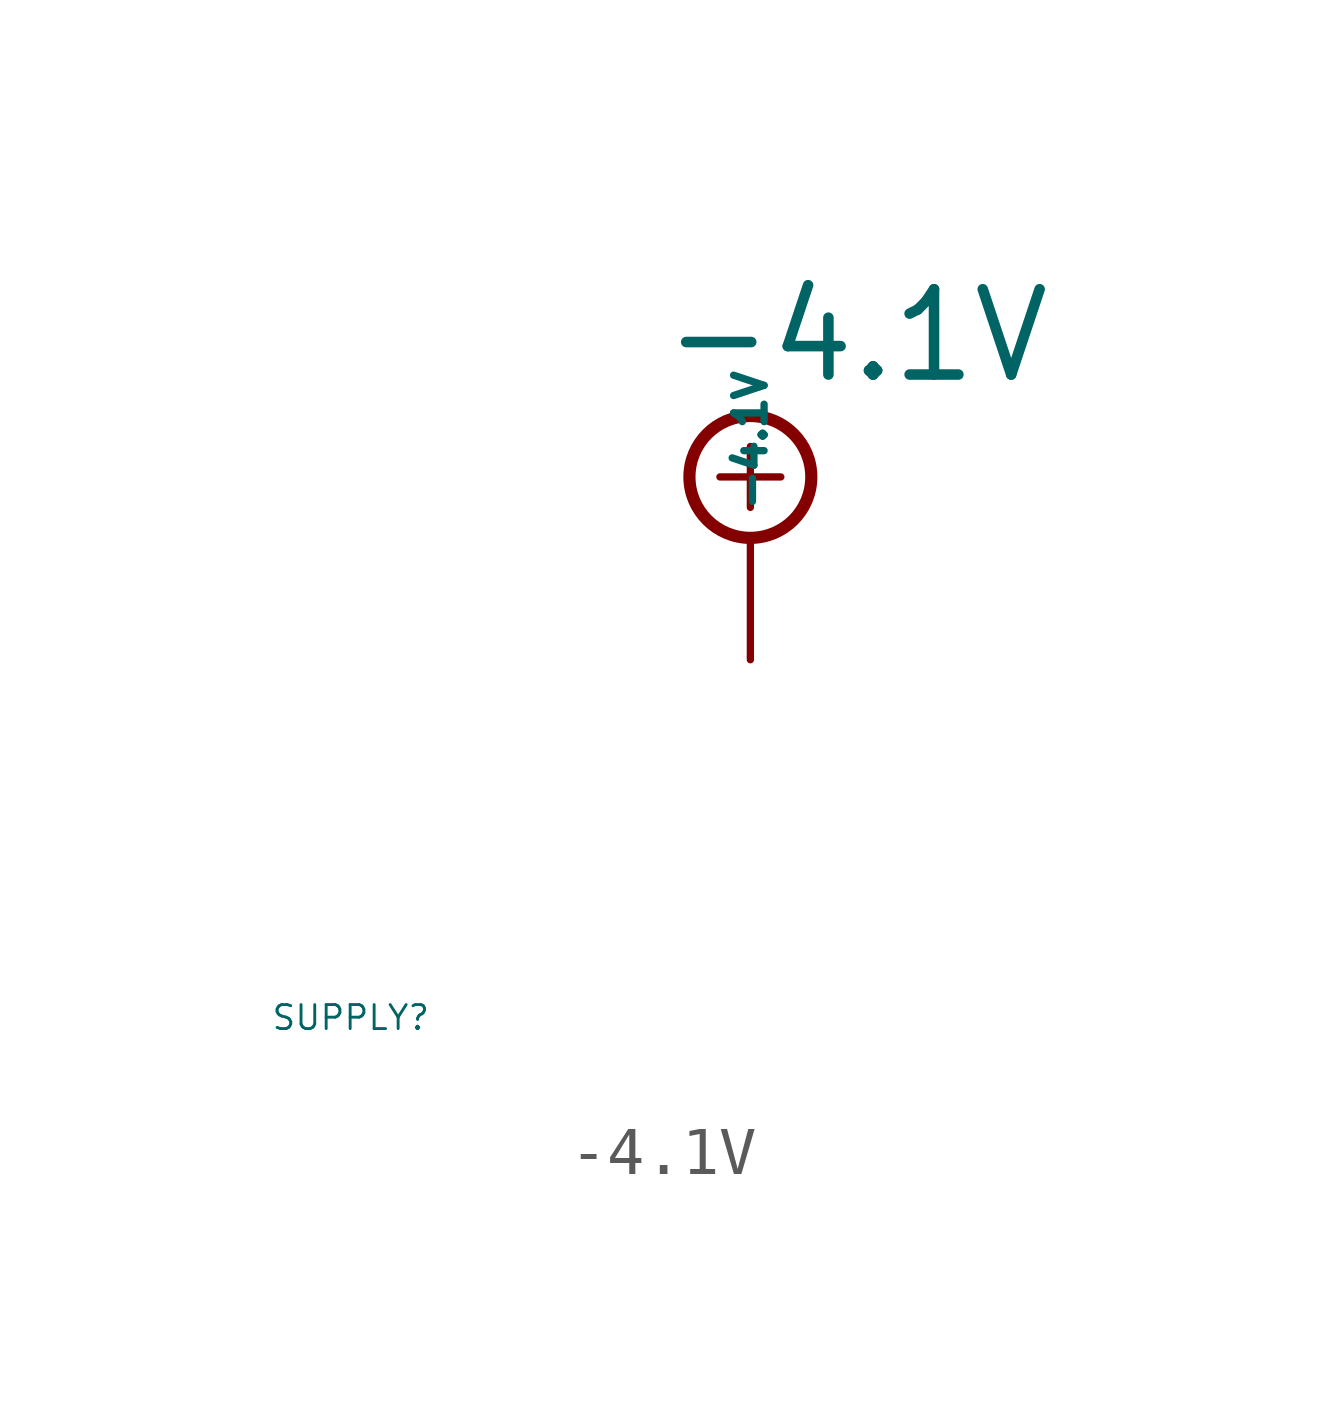
<source format=kicad_sym>
(kicad_symbol_lib
  (version 20220914)
  (generator Eagle2Kicad)
  (symbol "-4.1V"
    (property "Reference" "SUPPLY"
      (at -10 -10 0)
      (effects (font (size 0.5 0.5) (thickness 0.06)) (justify left)))
    (property "Value" "-4.1V"
      (at -1.905 3.175 0)
      (effects (font (size 1.778 1.778) (thickness 0.22)) (justify left bottom)))
    (polyline
      (pts (xy -0.635 1.27) (xy 0.635 1.27))
      (stroke (width 0.152) (type default))
      (fill (type none)))
    (polyline
      (pts (xy 0 0.635) (xy 0 1.905))
      (stroke (width 0.152) (type default))
      (fill (type none)))
    (circle
      (center 0 1.27)
      (radius 1.27)
      (stroke (width 0.254) (type default))
      (fill (type none)))
    (pin unspecified line
      (at 0 -2.54 90)
      (length 2.54)
      (name "-4.1V" (effects (font (size 0.635 0.635) (thickness 0.08)) (justify left bottom)))
      (number "" (effects (font (size 0.635 0.635) (thickness 0.08)) (justify left bottom))))))
</source>
